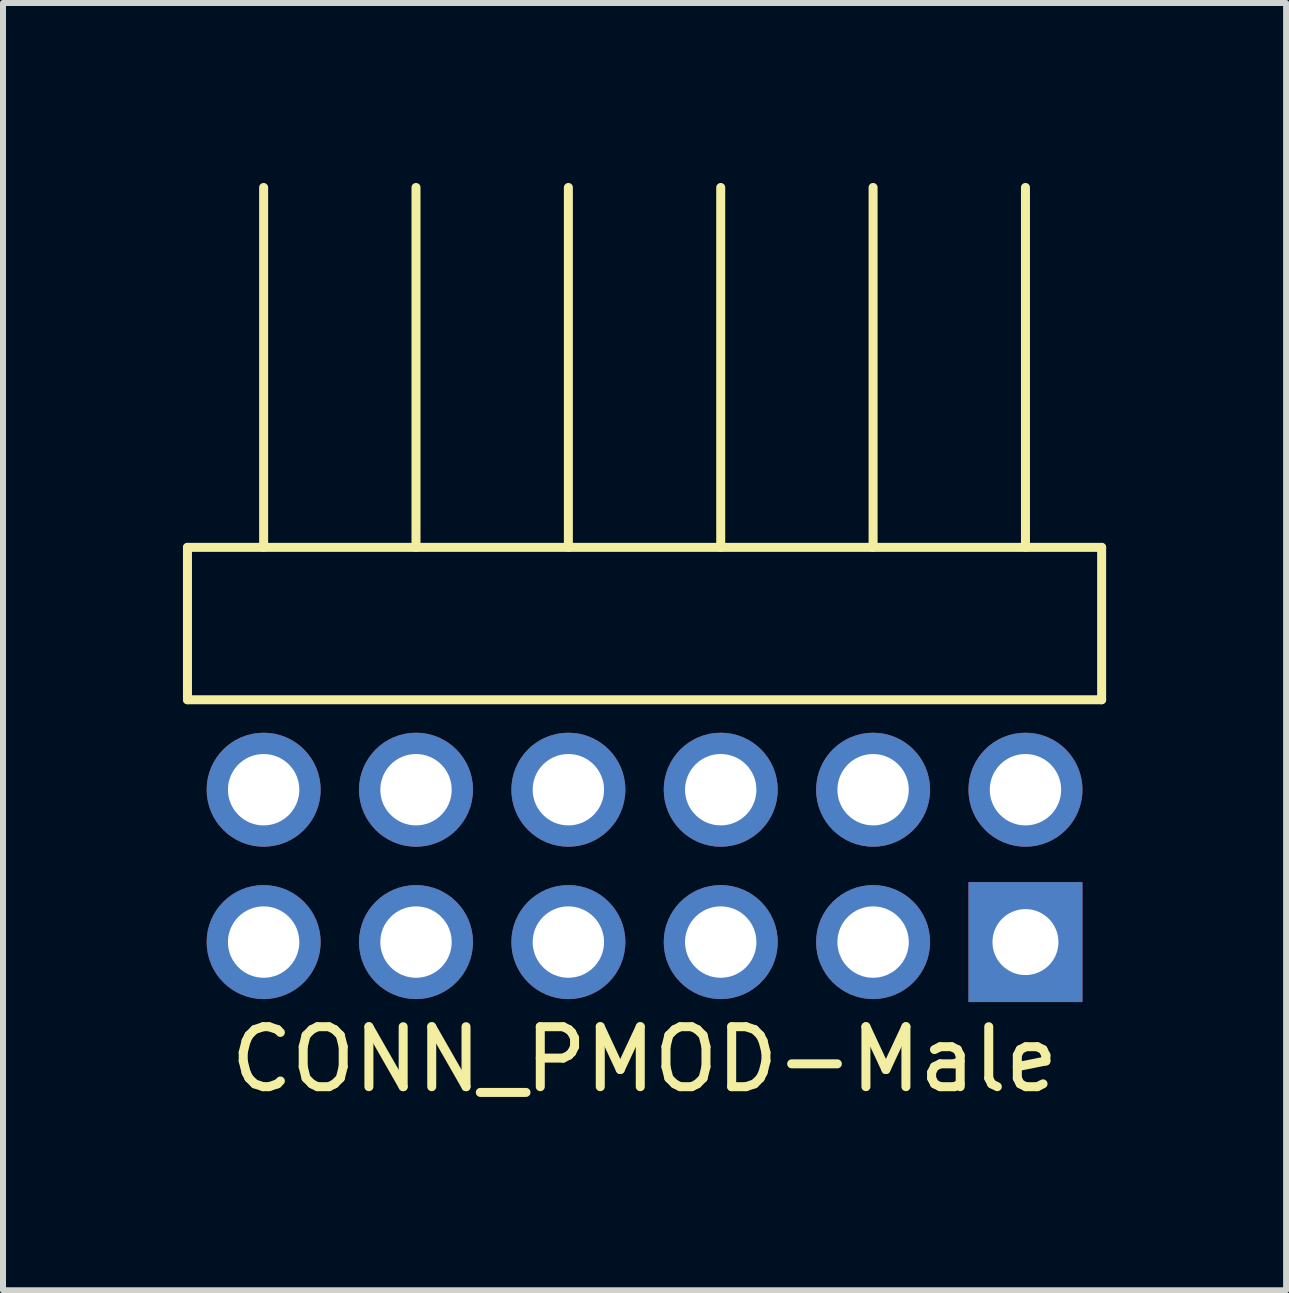
<source format=kicad_pcb>
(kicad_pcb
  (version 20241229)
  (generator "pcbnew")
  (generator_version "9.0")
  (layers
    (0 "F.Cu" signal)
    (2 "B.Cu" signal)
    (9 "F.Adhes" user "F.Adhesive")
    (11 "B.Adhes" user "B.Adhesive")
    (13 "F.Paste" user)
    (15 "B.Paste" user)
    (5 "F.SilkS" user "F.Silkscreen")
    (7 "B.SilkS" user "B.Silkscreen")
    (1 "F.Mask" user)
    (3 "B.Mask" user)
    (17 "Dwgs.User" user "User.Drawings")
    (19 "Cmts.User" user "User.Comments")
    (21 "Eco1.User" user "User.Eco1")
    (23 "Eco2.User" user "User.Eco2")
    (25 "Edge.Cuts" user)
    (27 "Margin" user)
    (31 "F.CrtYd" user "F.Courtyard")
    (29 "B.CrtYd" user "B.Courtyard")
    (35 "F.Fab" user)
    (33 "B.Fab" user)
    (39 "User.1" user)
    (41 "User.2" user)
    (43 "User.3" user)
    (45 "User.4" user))
  (footprint "CONN_PMOD-Male"
    (layer "F.Cu")
    (at 7.695 10.115)
    (property "Reference" "CONN_PMOD-Male" (at 0 4.496 0) (layer "F.SilkS") (effects (font (size 1 1) (thickness 0.15))))
    (attr through_hole)
    (fp_line (start -7.62 -1.5) (end -7.62 -4.04) (stroke (width 0.15) (type solid)) (layer "F.SilkS"))
    (fp_line (start -7.62 -1.5) (end 7.62 -1.5) (stroke (width 0.15) (type solid)) (layer "F.SilkS"))
    (fp_line (start -6.35 -10.04) (end -6.35 -4.04) (stroke (width 0.15) (type solid)) (layer "F.SilkS"))
    (fp_line (start -3.81 -10.04) (end -3.81 -4.04) (stroke (width 0.15) (type solid)) (layer "F.SilkS"))
    (fp_line (start -1.27 -10.04) (end -1.27 -4.04) (stroke (width 0.15) (type solid)) (layer "F.SilkS"))
    (fp_line (start 1.27 -10.04) (end 1.27 -4.04) (stroke (width 0.15) (type solid)) (layer "F.SilkS"))
    (fp_line (start 3.81 -10.04) (end 3.81 -4.04) (stroke (width 0.15) (type solid)) (layer "F.SilkS"))
    (fp_line (start 6.35 -10.04) (end 6.35 -4.04) (stroke (width 0.15) (type solid)) (layer "F.SilkS"))
    (fp_line (start 7.62 -4.04) (end -7.62 -4.04) (stroke (width 0.15) (type solid)) (layer "F.SilkS"))
    (fp_line (start 7.62 -1.5) (end 7.62 -4.04) (stroke (width 0.15) (type solid)) (layer "F.SilkS"))
    (pad "1" thru_hole rect (at 6.35 2.54) (size 1.9 2) (drill 1.1) (layers "*.Cu" "*.Mask"))
    (pad "2" thru_hole circle (at 3.81 2.54) (size 1.9 1.9) (drill 1.19) (layers "*.Cu" "*.Mask"))
    (pad "3" thru_hole circle (at 1.27 2.54) (size 1.9 1.9) (drill 1.19) (layers "*.Cu" "*.Mask"))
    (pad "4" thru_hole circle (at -1.27 2.54) (size 1.9 1.9) (drill 1.19) (layers "*.Cu" "*.Mask"))
    (pad "5" thru_hole circle (at -3.81 2.54) (size 1.9 1.9) (drill 1.19) (layers "*.Cu" "*.Mask"))
    (pad "6" thru_hole circle (at -6.35 2.54) (size 1.9 1.9) (drill 1.19) (layers "*.Cu" "*.Mask"))
    (pad "7" thru_hole circle (at 6.35 0) (size 1.9 1.9) (drill 1.19) (layers "*.Cu" "*.Mask"))
    (pad "8" thru_hole circle (at 3.81 0) (size 1.9 1.9) (drill 1.19) (layers "*.Cu" "*.Mask"))
    (pad "9" thru_hole circle (at 1.27 0) (size 1.9 1.9) (drill 1.19) (layers "*.Cu" "*.Mask"))
    (pad "10" thru_hole circle (at -1.27 0) (size 1.9 1.9) (drill 1.19) (layers "*.Cu" "*.Mask"))
    (pad "11" thru_hole circle (at -3.81 0) (size 1.9 1.9) (drill 1.19) (layers "*.Cu" "*.Mask"))
    (pad "12" thru_hole circle (at -6.35 0) (size 1.9 1.9) (drill 1.19) (layers "*.Cu" "*.Mask")))
  (gr_rect
    (start -3 -3)
    (end 18.39 18.459)
    (stroke (width 0.1) (type default))
    (fill no)
    (layer "Edge.Cuts")))
</source>
